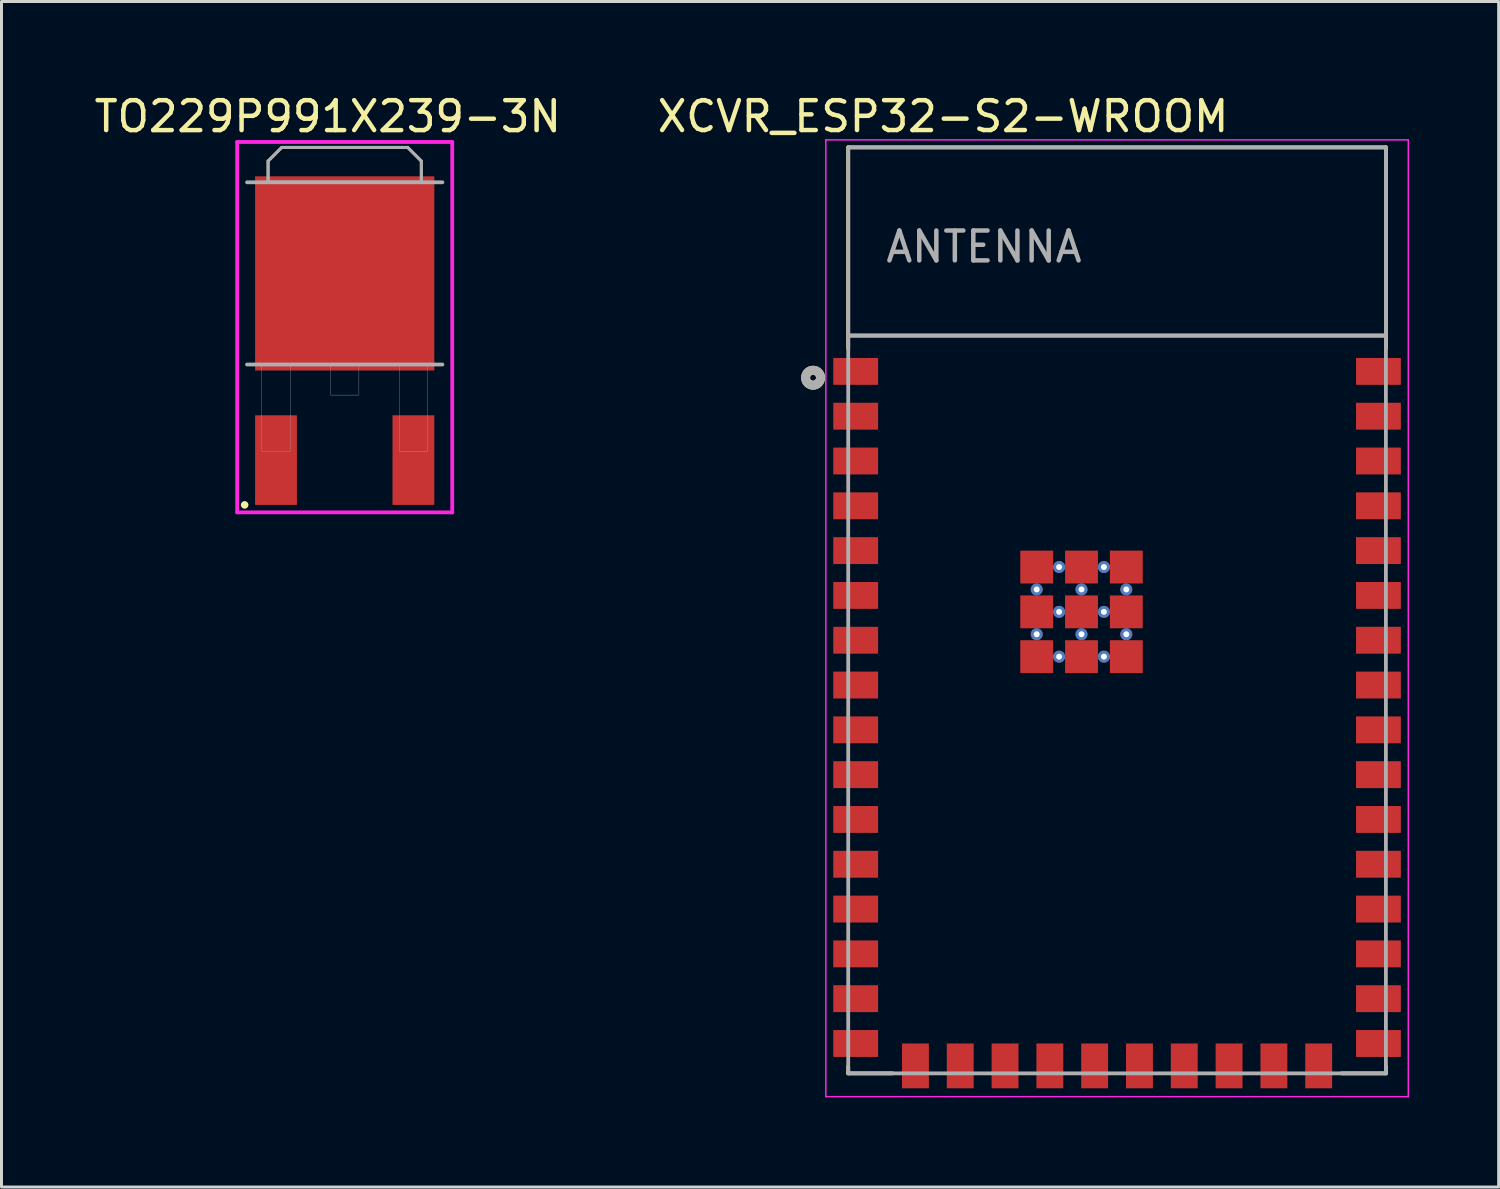
<source format=kicad_pcb>
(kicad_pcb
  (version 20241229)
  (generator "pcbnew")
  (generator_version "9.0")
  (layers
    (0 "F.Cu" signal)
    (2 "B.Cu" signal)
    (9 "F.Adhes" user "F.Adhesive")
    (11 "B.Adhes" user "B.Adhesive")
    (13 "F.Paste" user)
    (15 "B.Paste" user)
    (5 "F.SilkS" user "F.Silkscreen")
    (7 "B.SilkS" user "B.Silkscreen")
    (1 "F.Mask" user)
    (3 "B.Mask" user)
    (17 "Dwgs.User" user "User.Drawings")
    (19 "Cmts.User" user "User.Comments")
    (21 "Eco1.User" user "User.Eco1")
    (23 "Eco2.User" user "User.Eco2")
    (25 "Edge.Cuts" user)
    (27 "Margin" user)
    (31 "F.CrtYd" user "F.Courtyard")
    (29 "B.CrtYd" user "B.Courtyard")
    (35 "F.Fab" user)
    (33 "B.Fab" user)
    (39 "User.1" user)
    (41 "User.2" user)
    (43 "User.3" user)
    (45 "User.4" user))
  (footprint "TO229P991X239-3N"
    (layer "F.Cu")
    (at 8.49 6.103)
    (property "Reference" "TO229P991X239-3N" (at -0.566 -5.254 0) (layer "F.SilkS") (effects (font (size 1.002 1.002) (thickness 0.15))))
    (attr through_hole)
    (fp_circle (center -3.35 7.75) (end -3.223 7.75) (stroke (width 0) (type solid)) (fill yes) (layer "F.SilkS"))
    (fp_line (start -3.6 -4.4) (end -3.6 8) (stroke (width 0.127) (type solid)) (layer "F.CrtYd"))
    (fp_line (start -3.6 8) (end 3.6 8) (stroke (width 0.127) (type solid)) (layer "F.CrtYd"))
    (fp_line (start 3.6 -4.4) (end -3.6 -4.4) (stroke (width 0.127) (type solid)) (layer "F.CrtYd"))
    (fp_line (start 3.6 8) (end 3.6 -4.4) (stroke (width 0.127) (type solid)) (layer "F.CrtYd"))
    (fp_line (start -3.27 -3.05) (end 3.27 -3.05) (stroke (width 0.127) (type solid)) (layer "F.Fab"))
    (fp_line (start -2.565 -3.761) (end -2.108 -4.218) (stroke (width 0.1) (type solid)) (layer "F.Fab"))
    (fp_line (start -2.565 -3.05) (end -2.565 -3.761) (stroke (width 0.1) (type solid)) (layer "F.Fab"))
    (fp_line (start -2.108 -4.218) (end 2.108 -4.218) (stroke (width 0.1) (type solid)) (layer "F.Fab"))
    (fp_line (start 2.108 -4.218) (end 2.565 -3.761) (stroke (width 0.1) (type solid)) (layer "F.Fab"))
    (fp_line (start 2.565 -3.761) (end 2.565 -3.05) (stroke (width 0.1) (type solid)) (layer "F.Fab"))
    (fp_line (start 2.565 -3.05) (end -2.565 -3.05) (stroke (width 0.1) (type solid)) (layer "F.Fab"))
    (fp_line (start 3.27 3.05) (end -3.27 3.05) (stroke (width 0.127) (type solid)) (layer "F.Fab"))
    (fp_poly (pts (xy -2.777 3.05) (xy -1.825 3.05) (xy -1.825 5.954) (xy -2.777 5.954)) (stroke (width 0.01) (type solid)) (fill no) (layer "F.Fab"))
    (fp_poly (pts (xy -0.475 3.05) (xy 0.475 3.05) (xy 0.475 4.074) (xy -0.475 4.074)) (stroke (width 0.01) (type solid)) (fill no) (layer "F.Fab"))
    (fp_poly (pts (xy 1.826 3.05) (xy 2.775 3.05) (xy 2.775 5.953) (xy 1.826 5.953)) (stroke (width 0.01) (type solid)) (fill no) (layer "F.Fab"))
    (fp_poly (pts (xy -2.565 -3.05) (xy -2.565 -3.761) (xy -2.108 -4.218) (xy 2.108 -4.218) (xy 2.565 -3.761) (xy 2.565 -3.05)) (stroke (width 0.1) (type solid)) (fill no) (layer "F.Fab"))
    (pad "1" smd rect (at -2.3 6.25) (size 1.4 3) (layers "F.Cu" "F.Mask" "F.Paste"))
    (pad "3" smd rect (at 2.3 6.25) (size 1.4 3) (layers "F.Cu" "F.Mask" "F.Paste"))
    (pad "4" smd rect (at 0 0) (size 6 6.5) (layers "F.Cu" "F.Mask" "F.Paste")))
  (footprint "XCVR_ESP32-S2-WROOM"
    (layer "F.Cu")
    (at 34.346 17.383)
    (property "Reference" "XCVR_ESP32-S2-WROOM" (at -5.825 -16.535 0) (layer "F.SilkS") (effects (font (size 1 1) (thickness 0.15))))
    (attr through_hole)
    (fp_line (start -9 -15.5) (end 9 -15.5) (stroke (width 0.127) (type solid)) (layer "F.SilkS"))
    (fp_line (start -9 -8.77) (end -9 -15.5) (stroke (width 0.127) (type solid)) (layer "F.SilkS"))
    (fp_line (start -9 15.27) (end -9 15.5) (stroke (width 0.127) (type solid)) (layer "F.SilkS"))
    (fp_line (start -9 15.5) (end -7.52 15.5) (stroke (width 0.127) (type solid)) (layer "F.SilkS"))
    (fp_line (start -8.96 -9.2) (end 9 -9.2) (stroke (width 0.127) (type solid)) (layer "F.SilkS"))
    (fp_line (start 9 -15.5) (end 9 -9.2) (stroke (width 0.127) (type solid)) (layer "F.SilkS"))
    (fp_line (start 9 -9.2) (end 9 -8.77) (stroke (width 0.127) (type solid)) (layer "F.SilkS"))
    (fp_line (start 9 15.27) (end 9 15.5) (stroke (width 0.127) (type solid)) (layer "F.SilkS"))
    (fp_line (start 9 15.5) (end 7.52 15.5) (stroke (width 0.127) (type solid)) (layer "F.SilkS"))
    (fp_circle (center -10.177 -7.788) (end -10.077 -7.788) (stroke (width 0.3) (type solid)) (fill no) (layer "F.SilkS"))
    (fp_line (start -9.75 -15.75) (end 9.75 -15.75) (stroke (width 0.05) (type solid)) (layer "F.CrtYd"))
    (fp_line (start -9.75 16.28) (end -9.75 -15.75) (stroke (width 0.05) (type solid)) (layer "F.CrtYd"))
    (fp_line (start -9.75 16.28) (end 9.75 16.28) (stroke (width 0.05) (type solid)) (layer "F.CrtYd"))
    (fp_line (start 9.75 -15.75) (end 9.75 16.28) (stroke (width 0.05) (type solid)) (layer "F.CrtYd"))
    (fp_line (start -9 -15.5) (end 9 -15.5) (stroke (width 0.127) (type solid)) (layer "F.Fab"))
    (fp_line (start -9 15.5) (end -9 -15.5) (stroke (width 0.127) (type solid)) (layer "F.Fab"))
    (fp_line (start -8.96 -9.2) (end 9 -9.2) (stroke (width 0.127) (type solid)) (layer "F.Fab"))
    (fp_line (start 9 -15.5) (end 9 -9.2) (stroke (width 0.127) (type solid)) (layer "F.Fab"))
    (fp_line (start 9 -9.2) (end 9 15.5) (stroke (width 0.127) (type solid)) (layer "F.Fab"))
    (fp_line (start 9 15.5) (end -9 15.5) (stroke (width 0.127) (type solid)) (layer "F.Fab"))
    (fp_circle (center -10.177 -7.788) (end -10.077 -7.788) (stroke (width 0.3) (type solid)) (fill no) (layer "F.Fab"))
    (fp_text user "ANTENNA" (at -4.455 -12.171 0) (layer "F.Fab") (effects (font (size 1 1) (thickness 0.15))))
    (pad "1" smd rect (at -8.75 -8) (size 1.5 0.9) (layers "F.Cu" "F.Mask" "F.Paste"))
    (pad "2" smd rect (at -8.75 -6.5) (size 1.5 0.9) (layers "F.Cu" "F.Mask" "F.Paste"))
    (pad "3" smd rect (at -8.75 -5) (size 1.5 0.9) (layers "F.Cu" "F.Mask" "F.Paste"))
    (pad "4" smd rect (at -8.75 -3.5) (size 1.5 0.9) (layers "F.Cu" "F.Mask" "F.Paste"))
    (pad "5" smd rect (at -8.75 -2) (size 1.5 0.9) (layers "F.Cu" "F.Mask" "F.Paste"))
    (pad "6" smd rect (at -8.75 -0.5) (size 1.5 0.9) (layers "F.Cu" "F.Mask" "F.Paste"))
    (pad "7" smd rect (at -8.75 1) (size 1.5 0.9) (layers "F.Cu" "F.Mask" "F.Paste"))
    (pad "8" smd rect (at -8.75 2.5) (size 1.5 0.9) (layers "F.Cu" "F.Mask" "F.Paste"))
    (pad "9" smd rect (at -8.75 4) (size 1.5 0.9) (layers "F.Cu" "F.Mask" "F.Paste"))
    (pad "10" smd rect (at -8.75 5.5) (size 1.5 0.9) (layers "F.Cu" "F.Mask" "F.Paste"))
    (pad "11" smd rect (at -8.75 7) (size 1.5 0.9) (layers "F.Cu" "F.Mask" "F.Paste"))
    (pad "12" smd rect (at -8.75 8.5) (size 1.5 0.9) (layers "F.Cu" "F.Mask" "F.Paste"))
    (pad "13" smd rect (at -8.75 10) (size 1.5 0.9) (layers "F.Cu" "F.Mask" "F.Paste"))
    (pad "14" smd rect (at -8.75 11.5) (size 1.5 0.9) (layers "F.Cu" "F.Mask" "F.Paste"))
    (pad "15" smd rect (at -8.75 13) (size 1.5 0.9) (layers "F.Cu" "F.Mask" "F.Paste"))
    (pad "16" smd rect (at -8.75 14.5) (size 1.5 0.9) (layers "F.Cu" "F.Mask" "F.Paste"))
    (pad "17" smd rect (at -6.75 15.25) (size 0.9 1.5) (layers "F.Cu" "F.Mask" "F.Paste"))
    (pad "18" smd rect (at -5.25 15.25) (size 0.9 1.5) (layers "F.Cu" "F.Mask" "F.Paste"))
    (pad "19" smd rect (at -3.75 15.25) (size 0.9 1.5) (layers "F.Cu" "F.Mask" "F.Paste"))
    (pad "20" smd rect (at -2.25 15.25) (size 0.9 1.5) (layers "F.Cu" "F.Mask" "F.Paste"))
    (pad "21" smd rect (at -0.75 15.25) (size 0.9 1.5) (layers "F.Cu" "F.Mask" "F.Paste"))
    (pad "22" smd rect (at 0.75 15.25) (size 0.9 1.5) (layers "F.Cu" "F.Mask" "F.Paste"))
    (pad "23" smd rect (at 2.25 15.25) (size 0.9 1.5) (layers "F.Cu" "F.Mask" "F.Paste"))
    (pad "24" smd rect (at 3.75 15.25) (size 0.9 1.5) (layers "F.Cu" "F.Mask" "F.Paste"))
    (pad "25" smd rect (at 5.25 15.25) (size 0.9 1.5) (layers "F.Cu" "F.Mask" "F.Paste"))
    (pad "26" smd rect (at 6.75 15.25) (size 0.9 1.5) (layers "F.Cu" "F.Mask" "F.Paste"))
    (pad "27" smd rect (at 8.75 14.5) (size 1.5 0.9) (layers "F.Cu" "F.Mask" "F.Paste"))
    (pad "28" smd rect (at 8.75 13) (size 1.5 0.9) (layers "F.Cu" "F.Mask" "F.Paste"))
    (pad "29" smd rect (at 8.75 11.5) (size 1.5 0.9) (layers "F.Cu" "F.Mask" "F.Paste"))
    (pad "30" smd rect (at 8.75 10) (size 1.5 0.9) (layers "F.Cu" "F.Mask" "F.Paste"))
    (pad "31" smd rect (at 8.75 8.5) (size 1.5 0.9) (layers "F.Cu" "F.Mask" "F.Paste"))
    (pad "32" smd rect (at 8.75 7) (size 1.5 0.9) (layers "F.Cu" "F.Mask" "F.Paste"))
    (pad "33" smd rect (at 8.75 5.5) (size 1.5 0.9) (layers "F.Cu" "F.Mask" "F.Paste"))
    (pad "34" smd rect (at 8.75 4) (size 1.5 0.9) (layers "F.Cu" "F.Mask" "F.Paste"))
    (pad "35" smd rect (at 8.75 2.5) (size 1.5 0.9) (layers "F.Cu" "F.Mask" "F.Paste"))
    (pad "36" smd rect (at 8.75 1) (size 1.5 0.9) (layers "F.Cu" "F.Mask" "F.Paste"))
    (pad "37" smd rect (at 8.75 -0.5) (size 1.5 0.9) (layers "F.Cu" "F.Mask" "F.Paste"))
    (pad "38" smd rect (at 8.75 -2) (size 1.5 0.9) (layers "F.Cu" "F.Mask" "F.Paste"))
    (pad "39" smd rect (at 8.75 -3.5) (size 1.5 0.9) (layers "F.Cu" "F.Mask" "F.Paste"))
    (pad "40" smd rect (at 8.75 -5) (size 1.5 0.9) (layers "F.Cu" "F.Mask" "F.Paste"))
    (pad "41" smd rect (at 8.75 -6.5) (size 1.5 0.9) (layers "F.Cu" "F.Mask" "F.Paste"))
    (pad "42" smd rect (at 8.75 -8) (size 1.5 0.9) (layers "F.Cu" "F.Mask" "F.Paste"))
    (pad "43.1" smd rect (at -1.19 0.05) (size 1.1 1.1) (layers "F.Cu" "F.Mask" "F.Paste"))
    (pad "43.2" smd rect (at -2.69 0.05) (size 1.1 1.1) (layers "F.Cu" "F.Mask" "F.Paste"))
    (pad "43.3" smd rect (at 0.31 0.05) (size 1.1 1.1) (layers "F.Cu" "F.Mask" "F.Paste"))
    (pad "43.4" smd rect (at -2.69 1.55) (size 1.1 1.1) (layers "F.Cu" "F.Mask" "F.Paste"))
    (pad "43.5" smd rect (at -1.19 1.55) (size 1.1 1.1) (layers "F.Cu" "F.Mask" "F.Paste"))
    (pad "43.6" smd rect (at 0.31 1.55) (size 1.1 1.1) (layers "F.Cu" "F.Mask" "F.Paste"))
    (pad "43.7" smd rect (at -2.69 -1.45) (size 1.1 1.1) (layers "F.Cu" "F.Mask" "F.Paste"))
    (pad "43.8" smd rect (at -1.19 -1.45) (size 1.1 1.1) (layers "F.Cu" "F.Mask" "F.Paste"))
    (pad "43.9" smd rect (at 0.31 -1.45) (size 1.1 1.1) (layers "F.Cu" "F.Mask" "F.Paste"))
    (pad "43.10" thru_hole circle (at -1.19 -0.7) (size 0.4 0.4) (drill 0.2) (layers "*.Cu" "*.Mask"))
    (pad "43.11" thru_hole circle (at -2.69 -0.7) (size 0.4 0.4) (drill 0.2) (layers "*.Cu" "*.Mask"))
    (pad "43.12" thru_hole circle (at 0.31 -0.7) (size 0.4 0.4) (drill 0.2) (layers "*.Cu" "*.Mask"))
    (pad "43.13" thru_hole circle (at -2.69 0.8) (size 0.4 0.4) (drill 0.2) (layers "*.Cu" "*.Mask"))
    (pad "43.14" thru_hole circle (at -1.19 0.8) (size 0.4 0.4) (drill 0.2) (layers "*.Cu" "*.Mask"))
    (pad "43.15" thru_hole circle (at 0.31 0.8) (size 0.4 0.4) (drill 0.2) (layers "*.Cu" "*.Mask"))
    (pad "43.16" thru_hole circle (at -1.94 -1.45) (size 0.4 0.4) (drill 0.2) (layers "*.Cu" "*.Mask"))
    (pad "43.17" thru_hole circle (at -0.44 -1.45) (size 0.4 0.4) (drill 0.2) (layers "*.Cu" "*.Mask"))
    (pad "43.18" thru_hole circle (at -1.94 0.05) (size 0.4 0.4) (drill 0.2) (layers "*.Cu" "*.Mask"))
    (pad "43.19" thru_hole circle (at -0.44 0.05) (size 0.4 0.4) (drill 0.2) (layers "*.Cu" "*.Mask"))
    (pad "43.20" thru_hole circle (at -1.94 1.55) (size 0.4 0.4) (drill 0.2) (layers "*.Cu" "*.Mask"))
    (pad "43.21" thru_hole circle (at -0.44 1.55) (size 0.4 0.4) (drill 0.2) (layers "*.Cu" "*.Mask"))
    (zone (net_name "") (layer "F.Cu") (hatch full 0.508) (connect_pads) (min_thickness 0.01) (filled_areas_thickness no) (keepout (tracks not_allowed) (vias not_allowed) (pads not_allowed) (copperpour not_allowed) (footprints allowed)) (placement (enabled no)) (fill) (polygon (pts (xy 25.346 1.883) (xy 43.346 1.883) (xy 43.346 8.183) (xy 25.346 8.183))))
    (zone (net_name "") (layers "F.Cu" "B.Cu") (hatch full 0.508) (connect_pads) (min_thickness 0.01) (filled_areas_thickness no) (keepout (tracks allowed) (vias not_allowed) (pads allowed) (copperpour allowed) (footprints allowed)) (placement (enabled no)) (fill) (polygon (pts (xy 25.346 1.883) (xy 43.346 1.883) (xy 43.346 8.183) (xy 25.346 8.183))))
    (zone (net_name "") (layer "B.Cu") (hatch full 0.508) (connect_pads) (min_thickness 0.01) (filled_areas_thickness no) (keepout (tracks not_allowed) (vias not_allowed) (pads not_allowed) (copperpour not_allowed) (footprints allowed)) (placement (enabled no)) (fill) (polygon (pts (xy 25.346 1.883) (xy 43.346 1.883) (xy 43.346 8.183) (xy 25.346 8.183)))))
  (gr_rect
    (start -3 -3)
    (end 47.121 36.688)
    (stroke (width 0.1) (type default))
    (fill no)
    (layer "Edge.Cuts")))
</source>
